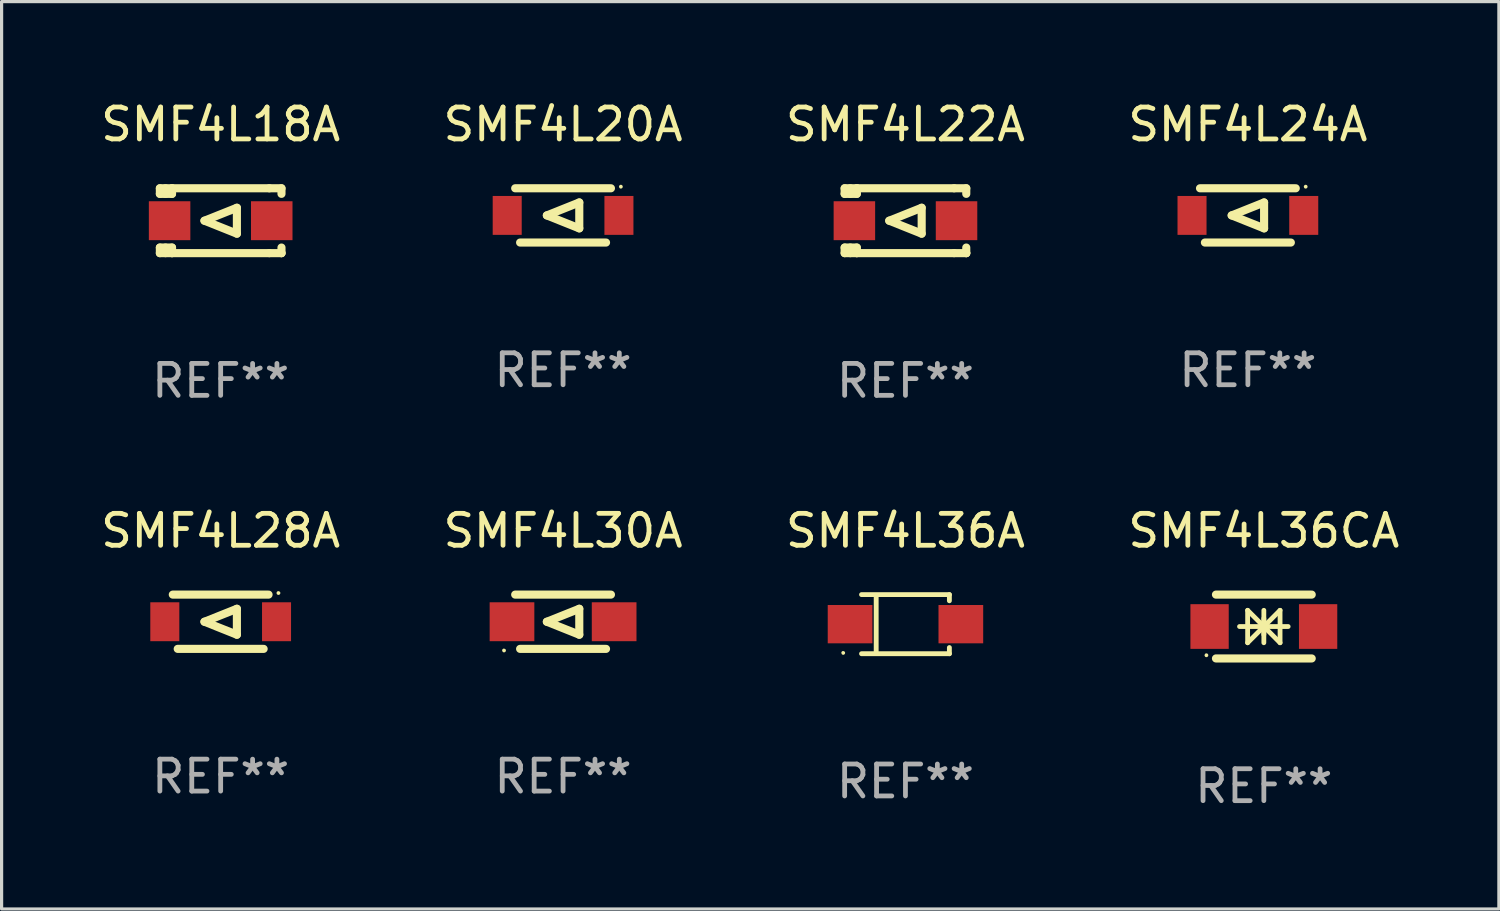
<source format=kicad_pcb>
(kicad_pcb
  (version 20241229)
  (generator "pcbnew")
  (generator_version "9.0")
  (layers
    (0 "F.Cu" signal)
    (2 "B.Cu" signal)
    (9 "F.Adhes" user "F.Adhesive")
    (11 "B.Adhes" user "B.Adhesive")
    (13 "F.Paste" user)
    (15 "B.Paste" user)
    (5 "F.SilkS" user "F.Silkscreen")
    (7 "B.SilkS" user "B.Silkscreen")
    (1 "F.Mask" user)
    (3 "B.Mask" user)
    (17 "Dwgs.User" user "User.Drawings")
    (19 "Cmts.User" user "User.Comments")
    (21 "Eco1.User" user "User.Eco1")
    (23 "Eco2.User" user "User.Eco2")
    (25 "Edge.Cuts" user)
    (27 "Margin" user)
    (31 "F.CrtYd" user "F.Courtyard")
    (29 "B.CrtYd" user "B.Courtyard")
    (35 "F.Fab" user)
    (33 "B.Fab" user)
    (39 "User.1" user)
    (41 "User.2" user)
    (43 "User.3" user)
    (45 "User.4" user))
  (footprint "SMF4L30A"
    (layer "F.Cu")
    (at 14.589 16.427)
    (property "Reference" "SMF4L30A" (at 0 -2.85 0) (layer "F.SilkS") (effects (font (size 1 1) (thickness 0.15))))
    (attr through_hole)
    (fp_line (start -1.346 0.85) (end 1.346 0.85) (stroke (width 0.254) (type solid)) (layer "F.SilkS"))
    (fp_line (start -0.508 0) (end 0.508 -0.406) (stroke (width 0.254) (type solid)) (layer "F.SilkS"))
    (fp_line (start 0.508 -0.406) (end 0.508 0.406) (stroke (width 0.254) (type solid)) (layer "F.SilkS"))
    (fp_line (start 0.508 0.406) (end -0.508 0) (stroke (width 0.254) (type solid)) (layer "F.SilkS"))
    (fp_line (start 1.5 -0.85) (end -1.5 -0.85) (stroke (width 0.254) (type solid)) (layer "F.SilkS"))
    (fp_circle (center -1.85 0.9) (end -1.82 0.9) (stroke (width 0.06) (type solid)) (fill no) (layer "F.SilkS"))
    (fp_text user "REF**" (at 0 4.85 0) (layer "F.Fab") (effects (font (size 1 1) (thickness 0.15))))
    (pad "1" smd rect (at -1.6 0) (size 1.4 1.219) (layers "F.Cu" "F.Mask" "F.Paste"))
    (pad "2" smd rect (at 1.6 0) (size 1.4 1.219) (layers "F.Cu" "F.Mask" "F.Paste")))
  (footprint "SMF4L36CA"
    (layer "F.Cu")
    (at 36.542 16.577)
    (property "Reference" "SMF4L36CA" (at 0 -3 0) (layer "F.SilkS") (effects (font (size 1 1) (thickness 0.15))))
    (attr through_hole)
    (fp_line (start -1.5 -1) (end 1.5 -1) (stroke (width 0.254) (type solid)) (layer "F.SilkS"))
    (fp_line (start -1.5 1) (end 1.5 1) (stroke (width 0.254) (type solid)) (layer "F.SilkS"))
    (fp_line (start -0.762 0) (end 0.762 0) (stroke (width 0.15) (type solid)) (layer "F.SilkS"))
    (fp_line (start -0.508 -0.508) (end -0.508 0.508) (stroke (width 0.15) (type solid)) (layer "F.SilkS"))
    (fp_line (start 0 -0.508) (end 0 0.508) (stroke (width 0.15) (type solid)) (layer "F.SilkS"))
    (fp_line (start 0 0) (end -0.508 -0.508) (stroke (width 0.15) (type solid)) (layer "F.SilkS"))
    (fp_line (start 0 0) (end -0.508 0.508) (stroke (width 0.15) (type solid)) (layer "F.SilkS"))
    (fp_line (start 0 0) (end 0.508 -0.508) (stroke (width 0.15) (type solid)) (layer "F.SilkS"))
    (fp_line (start 0 0) (end 0.508 0.508) (stroke (width 0.15) (type solid)) (layer "F.SilkS"))
    (fp_line (start 0 0.254) (end 0 -0.254) (stroke (width 0.15) (type solid)) (layer "F.SilkS"))
    (fp_line (start 0.508 0.508) (end 0.508 -0.508) (stroke (width 0.15) (type solid)) (layer "F.SilkS"))
    (fp_circle (center -1.8 0.9) (end -1.77 0.9) (stroke (width 0.06) (type solid)) (fill no) (layer "F.SilkS"))
    (fp_text user "REF**" (at 0 5 0) (layer "F.Fab") (effects (font (size 1 1) (thickness 0.15))))
    (pad "1" smd rect (at -1.7 0) (size 1.2 1.4) (layers "F.Cu" "F.Mask" "F.Paste"))
    (pad "2" smd rect (at 1.7 0) (size 1.2 1.4) (layers "F.Cu" "F.Mask" "F.Paste")))
  (footprint "SMF4L22A"
    (layer "F.Cu")
    (at 25.315 3.864)
    (property "Reference" "SMF4L22A" (at 0 -3.016 0) (layer "F.SilkS") (effects (font (size 1 1) (thickness 0.15))))
    (attr through_hole)
    (fp_line (start -1.905 -1.016) (end -1.905 -0.841) (stroke (width 0.254) (type solid)) (layer "F.SilkS"))
    (fp_line (start -1.905 0.841) (end -1.905 1.016) (stroke (width 0.254) (type solid)) (layer "F.SilkS"))
    (fp_line (start -1.905 1.016) (end -1.524 1.016) (stroke (width 0.254) (type solid)) (layer "F.SilkS"))
    (fp_line (start -1.728 -1.016) (end -1.728 -0.841) (stroke (width 0.254) (type solid)) (layer "F.SilkS"))
    (fp_line (start -1.728 0.841) (end -1.728 1.016) (stroke (width 0.254) (type solid)) (layer "F.SilkS"))
    (fp_line (start -1.524 -1.016) (end -1.905 -1.016) (stroke (width 0.254) (type solid)) (layer "F.SilkS"))
    (fp_line (start -1.524 -0.841) (end -1.905 -0.841) (stroke (width 0.254) (type solid)) (layer "F.SilkS"))
    (fp_line (start -1.524 -0.841) (end -1.524 -1.016) (stroke (width 0.254) (type solid)) (layer "F.SilkS"))
    (fp_line (start -1.524 0.841) (end -1.905 0.841) (stroke (width 0.254) (type solid)) (layer "F.SilkS"))
    (fp_line (start -1.524 1.016) (end -1.524 0.841) (stroke (width 0.254) (type solid)) (layer "F.SilkS"))
    (fp_line (start -1.524 1.016) (end 1.524 1.016) (stroke (width 0.254) (type solid)) (layer "F.SilkS"))
    (fp_line (start -0.508 0) (end 0.508 -0.406) (stroke (width 0.254) (type solid)) (layer "F.SilkS"))
    (fp_line (start 0.508 -0.406) (end 0.508 0.406) (stroke (width 0.254) (type solid)) (layer "F.SilkS"))
    (fp_line (start 0.508 0.406) (end -0.508 0) (stroke (width 0.254) (type solid)) (layer "F.SilkS"))
    (fp_line (start 1.524 -1.016) (end -1.524 -1.016) (stroke (width 0.254) (type solid)) (layer "F.SilkS"))
    (fp_line (start 1.524 -1.016) (end 1.905 -1.016) (stroke (width 0.254) (type solid)) (layer "F.SilkS"))
    (fp_line (start 1.905 -1.016) (end 1.905 -0.841) (stroke (width 0.254) (type solid)) (layer "F.SilkS"))
    (fp_line (start 1.905 0.841) (end 1.905 1.016) (stroke (width 0.254) (type solid)) (layer "F.SilkS"))
    (fp_line (start 1.905 1.016) (end 1.524 1.016) (stroke (width 0.254) (type solid)) (layer "F.SilkS"))
    (fp_line (start 1.905 1.016) (end 1.905 1.016) (stroke (width 0.254) (type solid)) (layer "F.SilkS"))
    (fp_circle (center -1.85 0.925) (end -1.82 0.925) (stroke (width 0.06) (type solid)) (fill no) (layer "F.SilkS"))
    (fp_text user "REF**" (at 0 5.016 0) (layer "F.Fab") (effects (font (size 1 1) (thickness 0.15))))
    (pad "1" smd rect (at -1.6 0) (size 1.3 1.219) (layers "F.Cu" "F.Mask" "F.Paste"))
    (pad "2" smd rect (at 1.6 0) (size 1.3 1.219) (layers "F.Cu" "F.Mask" "F.Paste")))
  (footprint "SMF4L24A"
    (layer "F.Cu")
    (at 36.042 3.698)
    (property "Reference" "SMF4L24A" (at 0 -2.85 0) (layer "F.SilkS") (effects (font (size 1 1) (thickness 0.15))))
    (attr through_hole)
    (fp_line (start -1.5 -0.85) (end 1.5 -0.85) (stroke (width 0.254) (type solid)) (layer "F.SilkS"))
    (fp_line (start -0.508 0) (end 0.508 -0.406) (stroke (width 0.254) (type solid)) (layer "F.SilkS"))
    (fp_line (start 0.508 -0.406) (end 0.508 0.406) (stroke (width 0.254) (type solid)) (layer "F.SilkS"))
    (fp_line (start 0.508 0.406) (end -0.508 0) (stroke (width 0.254) (type solid)) (layer "F.SilkS"))
    (fp_line (start 1.346 0.85) (end -1.346 0.85) (stroke (width 0.254) (type solid)) (layer "F.SilkS"))
    (fp_circle (center 1.81 -0.9) (end 1.84 -0.9) (stroke (width 0.06) (type solid)) (fill no) (layer "F.SilkS"))
    (fp_text user "REF**" (at 0 4.85 0) (layer "F.Fab") (effects (font (size 1 1) (thickness 0.15))))
    (pad "1" smd rect (at 1.75 0) (size 0.909 1.219) (layers "F.Cu" "F.Mask" "F.Paste"))
    (pad "2" smd rect (at -1.75 0) (size 0.909 1.219) (layers "F.Cu" "F.Mask" "F.Paste")))
  (footprint "SMF4L20A"
    (layer "F.Cu")
    (at 14.589 3.698)
    (property "Reference" "SMF4L20A" (at 0 -2.85 0) (layer "F.SilkS") (effects (font (size 1 1) (thickness 0.15))))
    (attr through_hole)
    (fp_line (start -1.5 -0.85) (end 1.5 -0.85) (stroke (width 0.254) (type solid)) (layer "F.SilkS"))
    (fp_line (start -0.508 0) (end 0.508 -0.406) (stroke (width 0.254) (type solid)) (layer "F.SilkS"))
    (fp_line (start 0.508 -0.406) (end 0.508 0.406) (stroke (width 0.254) (type solid)) (layer "F.SilkS"))
    (fp_line (start 0.508 0.406) (end -0.508 0) (stroke (width 0.254) (type solid)) (layer "F.SilkS"))
    (fp_line (start 1.346 0.85) (end -1.346 0.85) (stroke (width 0.254) (type solid)) (layer "F.SilkS"))
    (fp_circle (center 1.81 -0.9) (end 1.84 -0.9) (stroke (width 0.06) (type solid)) (fill no) (layer "F.SilkS"))
    (fp_text user "REF**" (at 0 4.85 0) (layer "F.Fab") (effects (font (size 1 1) (thickness 0.15))))
    (pad "1" smd rect (at 1.75 0) (size 0.909 1.219) (layers "F.Cu" "F.Mask" "F.Paste"))
    (pad "2" smd rect (at -1.75 0) (size 0.909 1.219) (layers "F.Cu" "F.Mask" "F.Paste")))
  (footprint "SMF4L18A"
    (layer "F.Cu")
    (at 3.863 3.864)
    (property "Reference" "SMF4L18A" (at 0 -3.016 0) (layer "F.SilkS") (effects (font (size 1 1) (thickness 0.15))))
    (attr through_hole)
    (fp_line (start -1.905 -1.016) (end -1.905 -0.841) (stroke (width 0.254) (type solid)) (layer "F.SilkS"))
    (fp_line (start -1.905 0.841) (end -1.905 1.016) (stroke (width 0.254) (type solid)) (layer "F.SilkS"))
    (fp_line (start -1.905 1.016) (end -1.524 1.016) (stroke (width 0.254) (type solid)) (layer "F.SilkS"))
    (fp_line (start -1.728 -1.016) (end -1.728 -0.841) (stroke (width 0.254) (type solid)) (layer "F.SilkS"))
    (fp_line (start -1.728 0.841) (end -1.728 1.016) (stroke (width 0.254) (type solid)) (layer "F.SilkS"))
    (fp_line (start -1.524 -1.016) (end -1.905 -1.016) (stroke (width 0.254) (type solid)) (layer "F.SilkS"))
    (fp_line (start -1.524 -0.841) (end -1.905 -0.841) (stroke (width 0.254) (type solid)) (layer "F.SilkS"))
    (fp_line (start -1.524 -0.841) (end -1.524 -1.016) (stroke (width 0.254) (type solid)) (layer "F.SilkS"))
    (fp_line (start -1.524 0.841) (end -1.905 0.841) (stroke (width 0.254) (type solid)) (layer "F.SilkS"))
    (fp_line (start -1.524 1.016) (end -1.524 0.841) (stroke (width 0.254) (type solid)) (layer "F.SilkS"))
    (fp_line (start -1.524 1.016) (end 1.524 1.016) (stroke (width 0.254) (type solid)) (layer "F.SilkS"))
    (fp_line (start -0.508 0) (end 0.508 -0.406) (stroke (width 0.254) (type solid)) (layer "F.SilkS"))
    (fp_line (start 0.508 -0.406) (end 0.508 0.406) (stroke (width 0.254) (type solid)) (layer "F.SilkS"))
    (fp_line (start 0.508 0.406) (end -0.508 0) (stroke (width 0.254) (type solid)) (layer "F.SilkS"))
    (fp_line (start 1.524 -1.016) (end -1.524 -1.016) (stroke (width 0.254) (type solid)) (layer "F.SilkS"))
    (fp_line (start 1.524 -1.016) (end 1.905 -1.016) (stroke (width 0.254) (type solid)) (layer "F.SilkS"))
    (fp_line (start 1.905 -1.016) (end 1.905 -0.841) (stroke (width 0.254) (type solid)) (layer "F.SilkS"))
    (fp_line (start 1.905 0.841) (end 1.905 1.016) (stroke (width 0.254) (type solid)) (layer "F.SilkS"))
    (fp_line (start 1.905 1.016) (end 1.524 1.016) (stroke (width 0.254) (type solid)) (layer "F.SilkS"))
    (fp_line (start 1.905 1.016) (end 1.905 1.016) (stroke (width 0.254) (type solid)) (layer "F.SilkS"))
    (fp_circle (center -1.85 0.925) (end -1.82 0.925) (stroke (width 0.06) (type solid)) (fill no) (layer "F.SilkS"))
    (fp_text user "REF**" (at 0 5.016 0) (layer "F.Fab") (effects (font (size 1 1) (thickness 0.15))))
    (pad "1" smd rect (at -1.6 0) (size 1.3 1.219) (layers "F.Cu" "F.Mask" "F.Paste"))
    (pad "2" smd rect (at 1.6 0) (size 1.3 1.219) (layers "F.Cu" "F.Mask" "F.Paste")))
  (footprint "SMF4L28A"
    (layer "F.Cu")
    (at 3.863 16.427)
    (property "Reference" "SMF4L28A" (at 0 -2.85 0) (layer "F.SilkS") (effects (font (size 1 1) (thickness 0.15))))
    (attr through_hole)
    (fp_line (start -1.5 -0.85) (end 1.5 -0.85) (stroke (width 0.254) (type solid)) (layer "F.SilkS"))
    (fp_line (start -0.508 0) (end 0.508 -0.406) (stroke (width 0.254) (type solid)) (layer "F.SilkS"))
    (fp_line (start 0.508 -0.406) (end 0.508 0.406) (stroke (width 0.254) (type solid)) (layer "F.SilkS"))
    (fp_line (start 0.508 0.406) (end -0.508 0) (stroke (width 0.254) (type solid)) (layer "F.SilkS"))
    (fp_line (start 1.346 0.85) (end -1.346 0.85) (stroke (width 0.254) (type solid)) (layer "F.SilkS"))
    (fp_circle (center 1.81 -0.9) (end 1.84 -0.9) (stroke (width 0.06) (type solid)) (fill no) (layer "F.SilkS"))
    (fp_text user "REF**" (at 0 4.85 0) (layer "F.Fab") (effects (font (size 1 1) (thickness 0.15))))
    (pad "1" smd rect (at 1.75 0) (size 0.909 1.219) (layers "F.Cu" "F.Mask" "F.Paste"))
    (pad "2" smd rect (at -1.75 0) (size 0.909 1.219) (layers "F.Cu" "F.Mask" "F.Paste")))
  (footprint "SMF4L36A"
    (layer "F.Cu")
    (at 25.315 16.503)
    (property "Reference" "SMF4L36A" (at 0 -2.926 0) (layer "F.SilkS") (effects (font (size 1 1) (thickness 0.15))))
    (attr through_hole)
    (fp_line (start -1.376 -0.926) (end 1.376 -0.926) (stroke (width 0.152) (type solid)) (layer "F.SilkS"))
    (fp_line (start -1.376 0.926) (end 1.376 0.926) (stroke (width 0.152) (type solid)) (layer "F.SilkS"))
    (fp_line (start -0.917 -0.876) (end -0.917 0.876) (stroke (width 0.152) (type solid)) (layer "F.SilkS"))
    (fp_line (start 1.376 -0.926) (end 1.376 -0.733) (stroke (width 0.152) (type solid)) (layer "F.SilkS"))
    (fp_line (start 1.376 0.926) (end 1.376 0.733) (stroke (width 0.152) (type solid)) (layer "F.SilkS"))
    (fp_circle (center -1.95 0.9) (end -1.92 0.9) (stroke (width 0.06) (type solid)) (fill no) (layer "F.SilkS"))
    (fp_text user "REF**" (at 0 4.926 0) (layer "F.Fab") (effects (font (size 1 1) (thickness 0.15))))
    (pad "1" smd rect (at -1.735 0) (size 1.4 1.2) (layers "F.Cu" "F.Mask" "F.Paste"))
    (pad "2" smd rect (at 1.735 0) (size 1.4 1.2) (layers "F.Cu" "F.Mask" "F.Paste")))
  (gr_rect
    (start -3 -3)
    (end 43.905 25.425)
    (stroke (width 0.1) (type default))
    (fill no)
    (layer "Edge.Cuts")))
</source>
